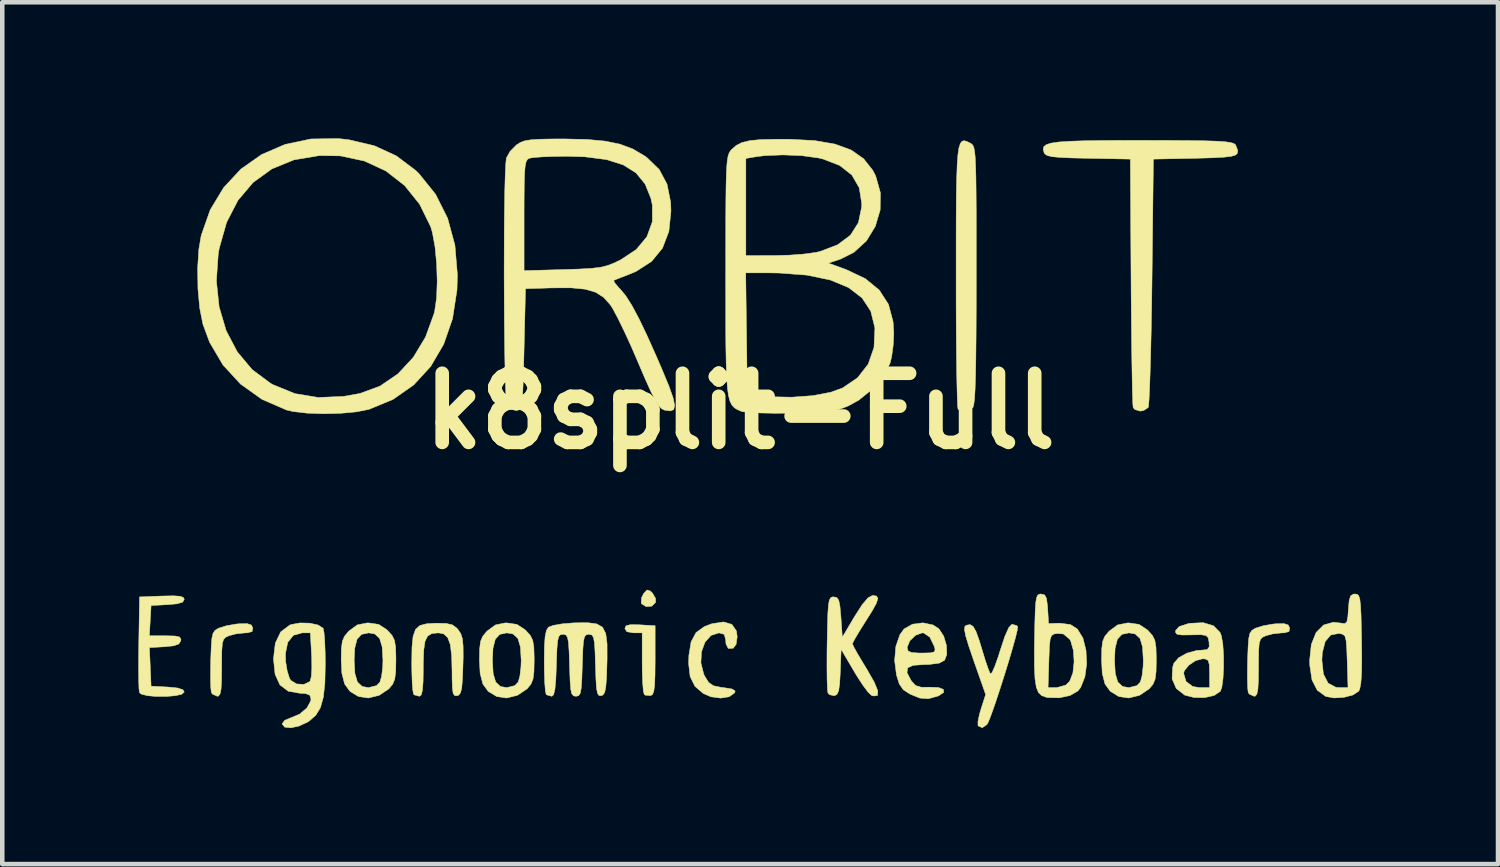
<source format=kicad_pcb>
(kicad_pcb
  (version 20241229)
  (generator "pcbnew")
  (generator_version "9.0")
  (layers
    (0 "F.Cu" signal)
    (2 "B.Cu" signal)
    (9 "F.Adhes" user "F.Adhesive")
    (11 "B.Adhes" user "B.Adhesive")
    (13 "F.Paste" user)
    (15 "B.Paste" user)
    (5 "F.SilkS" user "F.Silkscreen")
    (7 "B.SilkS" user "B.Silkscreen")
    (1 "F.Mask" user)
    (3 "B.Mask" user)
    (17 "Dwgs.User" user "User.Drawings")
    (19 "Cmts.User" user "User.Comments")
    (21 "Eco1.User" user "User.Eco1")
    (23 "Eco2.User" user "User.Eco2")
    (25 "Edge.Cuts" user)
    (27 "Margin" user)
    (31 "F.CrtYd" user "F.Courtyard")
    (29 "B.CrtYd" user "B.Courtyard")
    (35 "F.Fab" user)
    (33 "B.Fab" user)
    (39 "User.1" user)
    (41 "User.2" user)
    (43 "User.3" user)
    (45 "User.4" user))
  (footprint "k8split-Full"
    (layer "F.Cu")
    (at 13.267 6.014)
    (property "Reference" "k8split-Full" (at 0 0 0) (layer "F.SilkS") (effects (font (size 1.524 1.524) (thickness 0.3))))
    (attr through_hole)
    (fp_poly (pts (xy -1.984 3.963) (xy -1.932 4.011) (xy -1.862 4.132) (xy -1.863 4.218) (xy -1.947 4.3) (xy -2.07 4.311) (xy -2.168 4.251) (xy -2.18 4.229) (xy -2.172 4.112) (xy -2.127 4.023) (xy -2.052 3.943) (xy -1.984 3.963)) (stroke (width 0.01) (type solid)) (fill yes) (layer "F.SilkS"))
    (fp_poly (pts (xy -2.232 4.71) (xy -2.207 4.712) (xy -1.873 4.731) (xy -1.873 5.492) (xy -1.876 5.821) (xy -1.885 6.044) (xy -1.903 6.18) (xy -1.932 6.249) (xy -1.972 6.272) (xy -2.084 6.264) (xy -2.114 6.246) (xy -2.133 6.168) (xy -2.148 5.991) (xy -2.157 5.745) (xy -2.159 5.546) (xy -2.159 4.889) (xy -2.349 4.889) (xy -2.499 4.863) (xy -2.54 4.791) (xy -2.515 4.733) (xy -2.421 4.708) (xy -2.232 4.71)) (stroke (width 0.01) (type solid)) (fill yes) (layer "F.SilkS"))
    (fp_poly (pts (xy -10.776 4.715) (xy -10.744 4.778) (xy -10.758 4.859) (xy -10.86 4.888) (xy -10.913 4.889) (xy -11.115 4.911) (xy -11.267 4.951) (xy -11.341 4.985) (xy -11.388 5.033) (xy -11.415 5.123) (xy -11.427 5.279) (xy -11.43 5.527) (xy -11.43 5.65) (xy -11.433 5.945) (xy -11.444 6.135) (xy -11.467 6.241) (xy -11.504 6.283) (xy -11.527 6.287) (xy -11.633 6.239) (xy -11.657 6.203) (xy -11.669 6.106) (xy -11.675 5.915) (xy -11.674 5.66) (xy -11.671 5.489) (xy -11.66 5.2) (xy -11.646 5.013) (xy -11.62 4.899) (xy -11.577 4.835) (xy -11.509 4.792) (xy -11.493 4.785) (xy -11.329 4.733) (xy -11.114 4.695) (xy -11.05 4.689) (xy -10.867 4.685) (xy -10.776 4.715)) (stroke (width 0.01) (type solid)) (fill yes) (layer "F.SilkS"))
    (fp_poly (pts (xy 12.084 4.715) (xy 12.116 4.778) (xy 12.102 4.859) (xy 12 4.888) (xy 11.947 4.889) (xy 11.745 4.911) (xy 11.593 4.951) (xy 11.519 4.985) (xy 11.472 5.033) (xy 11.445 5.123) (xy 11.433 5.279) (xy 11.43 5.527) (xy 11.43 5.65) (xy 11.427 5.945) (xy 11.416 6.135) (xy 11.393 6.241) (xy 11.356 6.283) (xy 11.333 6.287) (xy 11.227 6.239) (xy 11.203 6.203) (xy 11.191 6.106) (xy 11.185 5.915) (xy 11.186 5.66) (xy 11.189 5.489) (xy 11.2 5.2) (xy 11.214 5.013) (xy 11.24 4.899) (xy 11.283 4.835) (xy 11.351 4.792) (xy 11.367 4.785) (xy 11.531 4.733) (xy 11.746 4.695) (xy 11.81 4.689) (xy 11.993 4.685) (xy 12.084 4.715)) (stroke (width 0.01) (type solid)) (fill yes) (layer "F.SilkS"))
    (fp_poly (pts (xy -0.181 4.702) (xy -0.081 4.846) (xy -0.064 4.977) (xy -0.088 5.142) (xy -0.152 5.228) (xy -0.153 5.228) (xy -0.261 5.233) (xy -0.311 5.134) (xy -0.318 5.038) (xy -0.349 4.922) (xy -0.464 4.89) (xy -0.466 4.889) (xy -0.642 4.946) (xy -0.774 5.094) (xy -0.851 5.305) (xy -0.864 5.548) (xy -0.803 5.794) (xy -0.781 5.842) (xy -0.694 5.982) (xy -0.588 6.055) (xy -0.415 6.091) (xy -0.367 6.096) (xy -0.184 6.125) (xy -0.111 6.166) (xy -0.118 6.209) (xy -0.24 6.297) (xy -0.43 6.327) (xy -0.644 6.298) (xy -0.811 6.226) (xy -0.996 6.066) (xy -1.101 5.854) (xy -1.135 5.565) (xy -1.129 5.384) (xy -1.08 5.086) (xy -0.972 4.883) (xy -0.784 4.748) (xy -0.624 4.688) (xy -0.365 4.648) (xy -0.181 4.702)) (stroke (width 0.01) (type solid)) (fill yes) (layer "F.SilkS"))
    (fp_poly (pts (xy -12.342 4.082) (xy -12.271 4.111) (xy -12.255 4.153) (xy -12.291 4.212) (xy -12.413 4.248) (xy -12.621 4.267) (xy -12.986 4.286) (xy -13.005 4.62) (xy -13.024 4.953) (xy -12.667 4.953) (xy -12.463 4.958) (xy -12.359 4.981) (xy -12.328 5.028) (xy -12.331 5.064) (xy -12.375 5.134) (xy -12.492 5.175) (xy -12.688 5.195) (xy -13.023 5.214) (xy -13.004 5.639) (xy -12.986 6.064) (xy -12.621 6.083) (xy -12.398 6.105) (xy -12.283 6.144) (xy -12.255 6.194) (xy -12.312 6.243) (xy -12.459 6.275) (xy -12.657 6.291) (xy -12.872 6.291) (xy -13.066 6.274) (xy -13.202 6.239) (xy -13.243 6.205) (xy -13.253 6.116) (xy -13.259 5.923) (xy -13.262 5.651) (xy -13.26 5.323) (xy -13.257 5.109) (xy -13.24 4.096) (xy -12.748 4.077) (xy -12.494 4.072) (xy -12.342 4.082)) (stroke (width 0.01) (type solid)) (fill yes) (layer "F.SilkS"))
    (fp_poly (pts (xy 6.1 4.73) (xy 6.12 4.75) (xy 6.112 4.825) (xy 6.071 4.995) (xy 6.003 5.238) (xy 5.918 5.527) (xy 5.821 5.841) (xy 5.721 6.153) (xy 5.626 6.44) (xy 5.542 6.679) (xy 5.478 6.843) (xy 5.446 6.906) (xy 5.34 6.981) (xy 5.251 6.941) (xy 5.245 6.932) (xy 5.244 6.846) (xy 5.278 6.683) (xy 5.313 6.563) (xy 5.414 6.248) (xy 5.152 5.503) (xy 5.043 5.183) (xy 4.976 4.963) (xy 4.948 4.825) (xy 4.954 4.75) (xy 4.982 4.723) (xy 5.068 4.706) (xy 5.136 4.745) (xy 5.201 4.857) (xy 5.274 5.061) (xy 5.332 5.252) (xy 5.404 5.489) (xy 5.468 5.677) (xy 5.513 5.785) (xy 5.52 5.795) (xy 5.556 5.761) (xy 5.616 5.627) (xy 5.69 5.419) (xy 5.736 5.272) (xy 5.838 4.965) (xy 5.924 4.772) (xy 5.993 4.7) (xy 5.998 4.699) (xy 6.1 4.73)) (stroke (width 0.01) (type solid)) (fill yes) (layer "F.SilkS"))
    (fp_poly (pts (xy 5.002 -5.945) (xy 5.073 -5.909) (xy 5.076 -5.908) (xy 5.107 -5.888) (xy 5.133 -5.859) (xy 5.154 -5.809) (xy 5.17 -5.727) (xy 5.183 -5.602) (xy 5.192 -5.421) (xy 5.199 -5.175) (xy 5.203 -4.852) (xy 5.206 -4.44) (xy 5.207 -3.929) (xy 5.207 -3.307) (xy 5.207 -2.995) (xy 5.206 -2.27) (xy 5.203 -1.664) (xy 5.198 -1.17) (xy 5.191 -0.778) (xy 5.181 -0.481) (xy 5.168 -0.271) (xy 5.152 -0.139) (xy 5.133 -0.079) (xy 5.131 -0.076) (xy 5.003 -0.01) (xy 4.862 -0.01) (xy 4.805 -0.042) (xy 4.796 -0.113) (xy 4.788 -0.297) (xy 4.781 -0.583) (xy 4.774 -0.957) (xy 4.769 -1.406) (xy 4.765 -1.918) (xy 4.763 -2.479) (xy 4.763 -2.956) (xy 4.763 -3.664) (xy 4.764 -4.256) (xy 4.768 -4.741) (xy 4.775 -5.128) (xy 4.786 -5.428) (xy 4.802 -5.65) (xy 4.825 -5.805) (xy 4.856 -5.902) (xy 4.895 -5.951) (xy 4.943 -5.962) (xy 5.002 -5.945)) (stroke (width 0.01) (type solid)) (fill yes) (layer "F.SilkS"))
    (fp_poly (pts (xy -6.481 4.681) (xy -6.344 4.712) (xy -6.248 4.782) (xy -6.214 4.822) (xy -6.157 4.908) (xy -6.123 5.017) (xy -6.107 5.178) (xy -6.105 5.418) (xy -6.11 5.613) (xy -6.121 5.908) (xy -6.137 6.1) (xy -6.163 6.21) (xy -6.203 6.261) (xy -6.239 6.275) (xy -6.293 6.272) (xy -6.326 6.223) (xy -6.343 6.105) (xy -6.35 5.893) (xy -6.35 5.756) (xy -6.359 5.396) (xy -6.389 5.147) (xy -6.447 4.99) (xy -6.538 4.91) (xy -6.653 4.889) (xy -6.794 4.903) (xy -6.888 4.958) (xy -6.946 5.073) (xy -6.975 5.27) (xy -6.985 5.568) (xy -6.985 5.664) (xy -6.989 5.965) (xy -7.004 6.157) (xy -7.03 6.258) (xy -7.07 6.287) (xy -7.178 6.258) (xy -7.197 6.244) (xy -7.214 6.167) (xy -7.229 5.991) (xy -7.237 5.747) (xy -7.239 5.558) (xy -7.234 5.209) (xy -7.21 4.967) (xy -7.156 4.813) (xy -7.059 4.726) (xy -6.907 4.687) (xy -6.702 4.676) (xy -6.481 4.681)) (stroke (width 0.01) (type solid)) (fill yes) (layer "F.SilkS"))
    (fp_poly (pts (xy -7.969 4.702) (xy -7.791 4.818) (xy -7.763 4.845) (xy -7.672 4.947) (xy -7.62 5.054) (xy -7.595 5.202) (xy -7.588 5.431) (xy -7.588 5.493) (xy -7.593 5.746) (xy -7.614 5.909) (xy -7.66 6.021) (xy -7.74 6.118) (xy -7.747 6.125) (xy -7.957 6.266) (xy -8.197 6.325) (xy -8.414 6.292) (xy -8.601 6.179) (xy -8.719 6.017) (xy -8.78 5.78) (xy -8.794 5.493) (xy -8.509 5.493) (xy -8.492 5.787) (xy -8.436 5.974) (xy -8.331 6.071) (xy -8.191 6.096) (xy -8.013 6.051) (xy -7.94 5.973) (xy -7.903 5.842) (xy -7.879 5.639) (xy -7.874 5.493) (xy -7.891 5.199) (xy -7.947 5.012) (xy -8.052 4.914) (xy -8.191 4.889) (xy -8.346 4.922) (xy -8.445 5.029) (xy -8.496 5.228) (xy -8.509 5.493) (xy -8.794 5.493) (xy -8.795 5.488) (xy -8.79 5.238) (xy -8.77 5.077) (xy -8.723 4.965) (xy -8.639 4.864) (xy -8.62 4.845) (xy -8.442 4.714) (xy -8.231 4.671) (xy -8.191 4.67) (xy -7.969 4.702)) (stroke (width 0.01) (type solid)) (fill yes) (layer "F.SilkS"))
    (fp_poly (pts (xy -4.921 4.702) (xy -4.743 4.818) (xy -4.715 4.845) (xy -4.624 4.947) (xy -4.572 5.054) (xy -4.547 5.202) (xy -4.54 5.431) (xy -4.54 5.493) (xy -4.545 5.746) (xy -4.566 5.909) (xy -4.612 6.021) (xy -4.692 6.118) (xy -4.699 6.125) (xy -4.909 6.266) (xy -5.149 6.325) (xy -5.366 6.292) (xy -5.553 6.179) (xy -5.671 6.017) (xy -5.732 5.78) (xy -5.746 5.493) (xy -5.461 5.493) (xy -5.444 5.787) (xy -5.388 5.974) (xy -5.283 6.071) (xy -5.144 6.096) (xy -4.965 6.051) (xy -4.892 5.973) (xy -4.855 5.842) (xy -4.831 5.639) (xy -4.826 5.493) (xy -4.843 5.199) (xy -4.899 5.012) (xy -5.004 4.914) (xy -5.144 4.889) (xy -5.298 4.922) (xy -5.397 5.029) (xy -5.448 5.228) (xy -5.461 5.493) (xy -5.746 5.493) (xy -5.747 5.488) (xy -5.742 5.238) (xy -5.722 5.077) (xy -5.675 4.965) (xy -5.591 4.864) (xy -5.572 4.845) (xy -5.394 4.714) (xy -5.183 4.671) (xy -5.144 4.67) (xy -4.921 4.702)) (stroke (width 0.01) (type solid)) (fill yes) (layer "F.SilkS"))
    (fp_poly (pts (xy 8.795 4.702) (xy 8.973 4.818) (xy 9.001 4.845) (xy 9.092 4.947) (xy 9.144 5.054) (xy 9.169 5.202) (xy 9.176 5.431) (xy 9.176 5.493) (xy 9.171 5.746) (xy 9.15 5.909) (xy 9.104 6.021) (xy 9.024 6.118) (xy 9.017 6.125) (xy 8.807 6.266) (xy 8.567 6.325) (xy 8.35 6.292) (xy 8.163 6.179) (xy 8.045 6.017) (xy 7.984 5.78) (xy 7.97 5.493) (xy 8.255 5.493) (xy 8.272 5.787) (xy 8.328 5.974) (xy 8.433 6.071) (xy 8.572 6.096) (xy 8.751 6.051) (xy 8.824 5.973) (xy 8.861 5.842) (xy 8.885 5.639) (xy 8.89 5.493) (xy 8.873 5.199) (xy 8.817 5.012) (xy 8.712 4.914) (xy 8.572 4.889) (xy 8.418 4.922) (xy 8.319 5.029) (xy 8.268 5.228) (xy 8.255 5.493) (xy 7.97 5.493) (xy 7.969 5.488) (xy 7.974 5.238) (xy 7.994 5.077) (xy 8.041 4.965) (xy 8.125 4.864) (xy 8.144 4.845) (xy 8.322 4.714) (xy 8.533 4.671) (xy 8.572 4.67) (xy 8.795 4.702)) (stroke (width 0.01) (type solid)) (fill yes) (layer "F.SilkS"))
    (fp_poly (pts (xy 3.009 4.078) (xy 3.037 4.13) (xy 3.004 4.237) (xy 2.905 4.416) (xy 2.762 4.642) (xy 2.631 4.851) (xy 2.531 5.019) (xy 2.48 5.118) (xy 2.477 5.131) (xy 2.508 5.202) (xy 2.592 5.354) (xy 2.715 5.56) (xy 2.791 5.684) (xy 2.956 5.972) (xy 3.036 6.166) (xy 3.031 6.269) (xy 2.942 6.281) (xy 2.897 6.267) (xy 2.823 6.198) (xy 2.709 6.045) (xy 2.573 5.837) (xy 2.515 5.74) (xy 2.228 5.251) (xy 2.209 5.752) (xy 2.195 6.01) (xy 2.173 6.166) (xy 2.135 6.246) (xy 2.079 6.275) (xy 1.969 6.252) (xy 1.935 6.209) (xy 1.925 6.119) (xy 1.918 5.925) (xy 1.915 5.652) (xy 1.916 5.323) (xy 1.919 5.109) (xy 1.927 4.73) (xy 1.935 4.459) (xy 1.948 4.279) (xy 1.967 4.17) (xy 1.995 4.116) (xy 2.034 4.097) (xy 2.064 4.096) (xy 2.132 4.11) (xy 2.175 4.171) (xy 2.202 4.306) (xy 2.223 4.54) (xy 2.254 4.984) (xy 2.527 4.524) (xy 2.693 4.265) (xy 2.822 4.115) (xy 2.92 4.064) (xy 2.924 4.064) (xy 3.009 4.078)) (stroke (width 0.01) (type solid)) (fill yes) (layer "F.SilkS"))
    (fp_poly (pts (xy 4.255 4.715) (xy 4.383 4.799) (xy 4.489 4.962) (xy 4.55 5.167) (xy 4.557 5.364) (xy 4.509 5.492) (xy 4.389 5.557) (xy 4.161 5.586) (xy 4.056 5.588) (xy 3.817 5.604) (xy 3.694 5.66) (xy 3.68 5.766) (xy 3.766 5.932) (xy 3.785 5.959) (xy 3.873 6.051) (xy 3.995 6.088) (xy 4.177 6.087) (xy 4.376 6.094) (xy 4.483 6.136) (xy 4.489 6.201) (xy 4.381 6.274) (xy 4.351 6.286) (xy 4.144 6.342) (xy 3.959 6.326) (xy 3.747 6.239) (xy 3.599 6.144) (xy 3.51 6.015) (xy 3.448 5.819) (xy 3.407 5.498) (xy 3.432 5.217) (xy 3.683 5.217) (xy 3.703 5.287) (xy 3.782 5.323) (xy 3.952 5.334) (xy 4.005 5.334) (xy 4.193 5.33) (xy 4.282 5.308) (xy 4.299 5.255) (xy 4.283 5.191) (xy 4.183 4.983) (xy 4.05 4.893) (xy 4.014 4.889) (xy 3.868 4.942) (xy 3.741 5.065) (xy 3.683 5.209) (xy 3.683 5.217) (xy 3.432 5.217) (xy 3.434 5.187) (xy 3.524 4.928) (xy 3.613 4.804) (xy 3.799 4.698) (xy 4.031 4.668) (xy 4.255 4.715)) (stroke (width 0.01) (type solid)) (fill yes) (layer "F.SilkS"))
    (fp_poly (pts (xy 6.713 4.051) (xy 6.755 4.127) (xy 6.777 4.291) (xy 6.782 4.357) (xy 6.801 4.683) (xy 7.051 4.676) (xy 7.284 4.706) (xy 7.436 4.804) (xy 7.558 5.002) (xy 7.626 5.271) (xy 7.641 5.571) (xy 7.602 5.858) (xy 7.509 6.092) (xy 7.448 6.169) (xy 7.276 6.269) (xy 7.037 6.321) (xy 6.783 6.315) (xy 6.747 6.308) (xy 6.65 6.273) (xy 6.579 6.206) (xy 6.534 6.096) (xy 6.79 6.096) (xy 6.979 6.096) (xy 7.178 6.042) (xy 7.267 5.955) (xy 7.337 5.773) (xy 7.364 5.528) (xy 7.348 5.275) (xy 7.289 5.069) (xy 7.265 5.027) (xy 7.127 4.913) (xy 6.995 4.902) (xy 6.916 4.915) (xy 6.865 4.951) (xy 6.836 5.032) (xy 6.82 5.186) (xy 6.81 5.435) (xy 6.808 5.509) (xy 6.79 6.096) (xy 6.534 6.096) (xy 6.531 6.088) (xy 6.502 5.903) (xy 6.489 5.633) (xy 6.488 5.263) (xy 6.491 5.034) (xy 6.499 4.657) (xy 6.507 4.388) (xy 6.52 4.21) (xy 6.539 4.104) (xy 6.568 4.051) (xy 6.608 4.034) (xy 6.636 4.032) (xy 6.713 4.051)) (stroke (width 0.01) (type solid)) (fill yes) (layer "F.SilkS"))
    (fp_poly (pts (xy 13.605 4.039) (xy 13.639 4.07) (xy 13.663 4.144) (xy 13.679 4.28) (xy 13.69 4.495) (xy 13.697 4.808) (xy 13.702 5.05) (xy 13.706 5.475) (xy 13.701 5.787) (xy 13.686 6.001) (xy 13.66 6.131) (xy 13.638 6.175) (xy 13.513 6.258) (xy 13.315 6.31) (xy 13.098 6.324) (xy 12.915 6.291) (xy 12.91 6.289) (xy 12.724 6.153) (xy 12.609 5.928) (xy 12.56 5.604) (xy 12.557 5.493) (xy 12.827 5.493) (xy 12.861 5.798) (xy 12.964 5.997) (xy 13.135 6.089) (xy 13.214 6.096) (xy 13.403 6.096) (xy 13.385 5.509) (xy 13.375 5.233) (xy 13.361 5.06) (xy 13.336 4.964) (xy 13.291 4.921) (xy 13.219 4.904) (xy 13.198 4.902) (xy 13.022 4.936) (xy 12.9 5.08) (xy 12.836 5.326) (xy 12.827 5.493) (xy 12.557 5.493) (xy 12.594 5.144) (xy 12.699 4.881) (xy 12.865 4.715) (xy 13.083 4.654) (xy 13.241 4.673) (xy 13.328 4.686) (xy 13.376 4.65) (xy 13.399 4.537) (xy 13.411 4.372) (xy 13.429 4.172) (xy 13.462 4.07) (xy 13.524 4.034) (xy 13.557 4.032) (xy 13.605 4.039)) (stroke (width 0.01) (type solid)) (fill yes) (layer "F.SilkS"))
    (fp_poly (pts (xy 10.438 4.733) (xy 10.582 4.88) (xy 10.611 4.953) (xy 10.643 5.139) (xy 10.659 5.383) (xy 10.66 5.648) (xy 10.647 5.896) (xy 10.621 6.087) (xy 10.589 6.177) (xy 10.453 6.268) (xy 10.244 6.316) (xy 10.011 6.315) (xy 9.804 6.262) (xy 9.616 6.115) (xy 9.524 5.902) (xy 9.53 5.783) (xy 9.779 5.783) (xy 9.833 5.963) (xy 9.982 6.072) (xy 10.13 6.096) (xy 10.351 6.096) (xy 10.351 5.779) (xy 10.345 5.59) (xy 10.319 5.496) (xy 10.255 5.464) (xy 10.192 5.461) (xy 10.041 5.502) (xy 9.893 5.602) (xy 9.794 5.723) (xy 9.779 5.783) (xy 9.53 5.783) (xy 9.537 5.645) (xy 9.564 5.559) (xy 9.668 5.438) (xy 9.851 5.336) (xy 10.068 5.277) (xy 10.161 5.271) (xy 10.297 5.258) (xy 10.343 5.197) (xy 10.339 5.096) (xy 10.321 4.998) (xy 10.274 4.948) (xy 10.166 4.93) (xy 9.965 4.933) (xy 9.95 4.934) (xy 9.741 4.936) (xy 9.633 4.92) (xy 9.599 4.877) (xy 9.601 4.839) (xy 9.68 4.75) (xy 9.879 4.685) (xy 9.918 4.678) (xy 10.211 4.664) (xy 10.438 4.733)) (stroke (width 0.01) (type solid)) (fill yes) (layer "F.SilkS"))
    (fp_poly (pts (xy 9.429 -5.968) (xy 9.881 -5.965) (xy 10.232 -5.96) (xy 10.494 -5.952) (xy 10.682 -5.94) (xy 10.806 -5.923) (xy 10.882 -5.902) (xy 10.921 -5.875) (xy 10.921 -5.875) (xy 10.971 -5.751) (xy 10.964 -5.686) (xy 10.926 -5.647) (xy 10.835 -5.619) (xy 10.673 -5.599) (xy 10.421 -5.585) (xy 10.063 -5.575) (xy 10.02 -5.574) (xy 9.112 -5.556) (xy 9.081 -2.857) (xy 9.073 -2.282) (xy 9.063 -1.745) (xy 9.052 -1.26) (xy 9.04 -0.84) (xy 9.028 -0.499) (xy 9.016 -0.25) (xy 9.004 -0.108) (xy 8.997 -0.079) (xy 8.897 -0.013) (xy 8.821 0) (xy 8.704 -0.035) (xy 8.666 -0.079) (xy 8.659 -0.158) (xy 8.652 -0.35) (xy 8.645 -0.642) (xy 8.639 -1.02) (xy 8.632 -1.471) (xy 8.627 -1.981) (xy 8.622 -2.537) (xy 8.62 -2.857) (xy 8.604 -5.556) (xy 7.674 -5.574) (xy 7.306 -5.582) (xy 7.046 -5.594) (xy 6.875 -5.61) (xy 6.772 -5.635) (xy 6.719 -5.67) (xy 6.702 -5.699) (xy 6.683 -5.77) (xy 6.694 -5.828) (xy 6.748 -5.873) (xy 6.854 -5.908) (xy 7.024 -5.933) (xy 7.271 -5.95) (xy 7.605 -5.961) (xy 8.039 -5.967) (xy 8.582 -5.969) (xy 8.863 -5.969) (xy 9.429 -5.968)) (stroke (width 0.01) (type solid)) (fill yes) (layer "F.SilkS"))
    (fp_poly (pts (xy -9.489 4.675) (xy -9.303 4.716) (xy -9.193 4.787) (xy -9.193 4.788) (xy -9.174 4.876) (xy -9.158 5.063) (xy -9.148 5.32) (xy -9.145 5.574) (xy -9.154 5.993) (xy -9.188 6.306) (xy -9.252 6.537) (xy -9.354 6.705) (xy -9.499 6.832) (xy -9.537 6.856) (xy -9.726 6.944) (xy -9.904 6.982) (xy -10.039 6.968) (xy -10.096 6.901) (xy -10.097 6.895) (xy -10.042 6.818) (xy -9.915 6.765) (xy -9.712 6.681) (xy -9.55 6.544) (xy -9.466 6.389) (xy -9.461 6.348) (xy -9.486 6.263) (xy -9.581 6.227) (xy -9.7 6.221) (xy -9.962 6.175) (xy -10.145 6.037) (xy -10.252 5.803) (xy -10.287 5.466) (xy -10.287 5.462) (xy -10.274 5.346) (xy -10.024 5.346) (xy -10.019 5.523) (xy -9.985 5.728) (xy -9.935 5.889) (xy -9.908 5.935) (xy -9.777 6.015) (xy -9.616 6.025) (xy -9.488 5.963) (xy -9.48 5.953) (xy -9.454 5.855) (xy -9.442 5.667) (xy -9.445 5.428) (xy -9.447 5.382) (xy -9.475 4.889) (xy -9.657 4.889) (xy -9.849 4.943) (xy -9.973 5.098) (xy -10.024 5.346) (xy -10.274 5.346) (xy -10.247 5.115) (xy -10.128 4.867) (xy -9.929 4.717) (xy -9.896 4.705) (xy -9.703 4.67) (xy -9.489 4.675)) (stroke (width 0.01) (type solid)) (fill yes) (layer "F.SilkS"))
    (fp_poly (pts (xy -3.161 4.691) (xy -3.033 4.764) (xy -2.962 4.904) (xy -2.933 5.128) (xy -2.932 5.454) (xy -2.935 5.573) (xy -2.945 5.88) (xy -2.961 6.081) (xy -2.985 6.199) (xy -3.022 6.257) (xy -3.062 6.274) (xy -3.11 6.271) (xy -3.143 6.224) (xy -3.165 6.113) (xy -3.178 5.917) (xy -3.188 5.616) (xy -3.189 5.608) (xy -3.198 5.305) (xy -3.211 5.107) (xy -3.232 4.992) (xy -3.265 4.938) (xy -3.316 4.922) (xy -3.334 4.921) (xy -3.39 4.93) (xy -3.428 4.972) (xy -3.452 5.068) (xy -3.466 5.241) (xy -3.476 5.514) (xy -3.479 5.604) (xy -3.489 5.906) (xy -3.502 6.103) (xy -3.523 6.218) (xy -3.557 6.271) (xy -3.608 6.286) (xy -3.619 6.287) (xy -3.674 6.277) (xy -3.711 6.232) (xy -3.734 6.131) (xy -3.748 5.95) (xy -3.758 5.67) (xy -3.76 5.604) (xy -3.77 5.302) (xy -3.783 5.105) (xy -3.804 4.991) (xy -3.837 4.937) (xy -3.888 4.922) (xy -3.905 4.921) (xy -3.962 4.93) (xy -3.999 4.972) (xy -4.023 5.068) (xy -4.038 5.241) (xy -4.048 5.514) (xy -4.05 5.604) (xy -4.063 5.927) (xy -4.083 6.138) (xy -4.112 6.253) (xy -4.151 6.287) (xy -4.258 6.258) (xy -4.276 6.244) (xy -4.293 6.167) (xy -4.307 5.991) (xy -4.316 5.744) (xy -4.318 5.522) (xy -4.314 5.195) (xy -4.299 4.974) (xy -4.271 4.838) (xy -4.227 4.766) (xy -4.224 4.763) (xy -4.118 4.724) (xy -3.923 4.69) (xy -3.681 4.67) (xy -3.645 4.668) (xy -3.36 4.665) (xy -3.161 4.691)) (stroke (width 0.01) (type solid)) (fill yes) (layer "F.SilkS"))
    (fp_poly (pts (xy -8.632 -5.984) (xy -8.067 -5.852) (xy -7.581 -5.629) (xy -7.153 -5.307) (xy -7.079 -5.235) (xy -6.713 -4.78) (xy -6.448 -4.252) (xy -6.287 -3.657) (xy -6.232 -3) (xy -6.242 -2.671) (xy -6.339 -2.04) (xy -6.534 -1.476) (xy -6.821 -0.985) (xy -7.196 -0.577) (xy -7.651 -0.259) (xy -8.182 -0.039) (xy -8.187 -0.038) (xy -8.459 0.016) (xy -8.805 0.048) (xy -9.18 0.058) (xy -9.544 0.045) (xy -9.853 0.009) (xy -10.001 -0.025) (xy -10.542 -0.26) (xy -11.013 -0.596) (xy -11.402 -1.019) (xy -11.696 -1.518) (xy -11.843 -1.915) (xy -11.914 -2.271) (xy -11.953 -2.699) (xy -11.955 -2.868) (xy -11.546 -2.868) (xy -11.486 -2.298) (xy -11.33 -1.772) (xy -11.085 -1.306) (xy -10.756 -0.914) (xy -10.351 -0.612) (xy -10.296 -0.582) (xy -9.815 -0.386) (xy -9.301 -0.301) (xy -8.74 -0.325) (xy -8.382 -0.389) (xy -7.94 -0.551) (xy -7.543 -0.822) (xy -7.204 -1.187) (xy -6.935 -1.634) (xy -6.748 -2.148) (xy -6.732 -2.214) (xy -6.691 -2.5) (xy -6.678 -2.86) (xy -6.69 -3.248) (xy -6.726 -3.622) (xy -6.784 -3.938) (xy -6.821 -4.064) (xy -7.065 -4.561) (xy -7.397 -4.974) (xy -7.807 -5.294) (xy -8.283 -5.514) (xy -8.812 -5.627) (xy -9.277 -5.634) (xy -9.835 -5.54) (xy -10.322 -5.341) (xy -10.736 -5.042) (xy -11.07 -4.648) (xy -11.321 -4.163) (xy -11.483 -3.592) (xy -11.505 -3.468) (xy -11.546 -2.868) (xy -11.955 -2.868) (xy -11.96 -3.148) (xy -11.933 -3.569) (xy -11.881 -3.873) (xy -11.682 -4.438) (xy -11.386 -4.928) (xy -11.005 -5.337) (xy -10.55 -5.657) (xy -10.032 -5.88) (xy -9.464 -6) (xy -8.857 -6.009) (xy -8.632 -5.984)) (stroke (width 0.01) (type solid)) (fill yes) (layer "F.SilkS"))
    (fp_poly (pts (xy 1.079 -5.994) (xy 1.64 -5.965) (xy 2.093 -5.887) (xy 2.45 -5.756) (xy 2.724 -5.564) (xy 2.925 -5.309) (xy 2.99 -5.183) (xy 3.094 -4.812) (xy 3.088 -4.434) (xy 2.981 -4.073) (xy 2.785 -3.753) (xy 2.509 -3.5) (xy 2.209 -3.35) (xy 1.947 -3.263) (xy 2.338 -3.121) (xy 2.759 -2.922) (xy 3.068 -2.669) (xy 3.271 -2.355) (xy 3.373 -1.971) (xy 3.389 -1.714) (xy 3.375 -1.451) (xy 3.341 -1.198) (xy 3.305 -1.053) (xy 3.155 -0.764) (xy 2.914 -0.482) (xy 2.618 -0.243) (xy 2.396 -0.12) (xy 2.25 -0.061) (xy 2.104 -0.019) (xy 1.931 0.01) (xy 1.703 0.028) (xy 1.393 0.039) (xy 1.111 0.045) (xy 0.766 0.047) (xy 0.457 0.041) (xy 0.212 0.03) (xy 0.056 0.012) (xy 0.023 0.003) (xy -0.058 -0.033) (xy -0.125 -0.073) (xy -0.179 -0.13) (xy -0.222 -0.215) (xy -0.255 -0.339) (xy -0.279 -0.513) (xy -0.296 -0.75) (xy -0.307 -1.061) (xy -0.314 -1.457) (xy -0.317 -1.95) (xy -0.317 -2.552) (xy -0.318 -2.987) (xy -0.317 -3.048) (xy 0.124 -3.048) (xy 0.159 -0.349) (xy 0.635 -0.318) (xy 1.138 -0.307) (xy 1.602 -0.341) (xy 1.998 -0.416) (xy 2.258 -0.51) (xy 2.59 -0.735) (xy 2.824 -1.035) (xy 2.952 -1.402) (xy 2.972 -1.825) (xy 2.969 -1.849) (xy 2.881 -2.203) (xy 2.69 -2.494) (xy 2.393 -2.723) (xy 1.989 -2.891) (xy 1.476 -2.998) (xy 0.853 -3.045) (xy 0.65 -3.048) (xy 0.124 -3.048) (xy -0.317 -3.048) (xy -0.317 -3.635) (xy -0.316 -4.169) (xy -0.314 -4.6) (xy -0.31 -4.939) (xy -0.304 -5.2) (xy -0.294 -5.393) (xy -0.281 -5.531) (xy -0.274 -5.571) (xy 0.127 -5.571) (xy 0.127 -3.429) (xy 0.778 -3.43) (xy 1.097 -3.439) (xy 1.408 -3.463) (xy 1.665 -3.498) (xy 1.759 -3.518) (xy 2.151 -3.668) (xy 2.433 -3.879) (xy 2.609 -4.156) (xy 2.68 -4.501) (xy 2.682 -4.577) (xy 2.627 -4.923) (xy 2.465 -5.204) (xy 2.196 -5.416) (xy 1.823 -5.56) (xy 1.727 -5.582) (xy 1.363 -5.632) (xy 0.946 -5.649) (xy 0.546 -5.633) (xy 0.365 -5.611) (xy 0.127 -5.571) (xy -0.274 -5.571) (xy -0.264 -5.626) (xy -0.242 -5.69) (xy -0.216 -5.734) (xy -0.189 -5.766) (xy -0.086 -5.857) (xy 0.04 -5.921) (xy 0.211 -5.963) (xy 0.45 -5.986) (xy 0.777 -5.994) (xy 1.079 -5.994)) (stroke (width 0.01) (type solid)) (fill yes) (layer "F.SilkS"))
    (fp_poly (pts (xy -3.38 -5.99) (xy -2.975 -5.953) (xy -2.646 -5.885) (xy -2.368 -5.781) (xy -2.116 -5.633) (xy -2.053 -5.589) (xy -1.782 -5.326) (xy -1.611 -5.004) (xy -1.531 -4.607) (xy -1.524 -4.413) (xy -1.57 -3.962) (xy -1.711 -3.593) (xy -1.951 -3.301) (xy -2.293 -3.08) (xy -2.458 -3.011) (xy -2.636 -2.943) (xy -2.758 -2.894) (xy -2.788 -2.879) (xy -2.764 -2.827) (xy -2.674 -2.721) (xy -2.638 -2.684) (xy -2.52 -2.542) (xy -2.387 -2.332) (xy -2.232 -2.043) (xy -2.05 -1.663) (xy -1.834 -1.18) (xy -1.714 -0.901) (xy -1.567 -0.546) (xy -1.477 -0.292) (xy -1.443 -0.125) (xy -1.464 -0.033) (xy -1.54 -0.004) (xy -1.668 -0.022) (xy -1.732 -0.054) (xy -1.8 -0.126) (xy -1.879 -0.255) (xy -1.979 -0.457) (xy -2.109 -0.747) (xy -2.248 -1.074) (xy -2.402 -1.429) (xy -2.554 -1.761) (xy -2.693 -2.045) (xy -2.805 -2.255) (xy -2.86 -2.342) (xy -3.007 -2.507) (xy -3.184 -2.62) (xy -3.415 -2.688) (xy -3.723 -2.718) (xy -4.132 -2.717) (xy -4.143 -2.717) (xy -4.731 -2.699) (xy -4.763 -1.365) (xy -4.773 -0.922) (xy -4.784 -0.589) (xy -4.795 -0.351) (xy -4.81 -0.192) (xy -4.83 -0.094) (xy -4.858 -0.042) (xy -4.895 -0.02) (xy -4.933 -0.012) (xy -5.079 -0.048) (xy -5.139 -0.119) (xy -5.153 -0.207) (xy -5.166 -0.406) (xy -5.176 -0.699) (xy -5.185 -1.07) (xy -5.192 -1.502) (xy -5.197 -1.979) (xy -5.2 -2.484) (xy -5.202 -3) (xy -5.201 -3.512) (xy -5.199 -4.003) (xy -5.196 -4.313) (xy -4.763 -4.313) (xy -4.763 -3.097) (xy -3.888 -3.121) (xy -3.531 -3.133) (xy -3.271 -3.148) (xy -3.08 -3.171) (xy -2.927 -3.208) (xy -2.782 -3.264) (xy -2.634 -3.335) (xy -2.288 -3.564) (xy -2.054 -3.846) (xy -1.935 -4.175) (xy -1.935 -4.544) (xy -1.967 -4.693) (xy -2.094 -5.007) (xy -2.294 -5.251) (xy -2.576 -5.429) (xy -2.949 -5.546) (xy -3.424 -5.607) (xy -3.81 -5.619) (xy -4.111 -5.615) (xy -4.373 -5.605) (xy -4.565 -5.59) (xy -4.651 -5.574) (xy -4.69 -5.548) (xy -4.719 -5.494) (xy -4.739 -5.395) (xy -4.752 -5.234) (xy -4.759 -4.994) (xy -4.762 -4.658) (xy -4.763 -4.313) (xy -5.196 -4.313) (xy -5.194 -4.457) (xy -5.188 -4.856) (xy -5.179 -5.185) (xy -5.168 -5.427) (xy -5.155 -5.566) (xy -5.152 -5.582) (xy -5.071 -5.727) (xy -4.936 -5.864) (xy -4.931 -5.868) (xy -4.847 -5.922) (xy -4.75 -5.959) (xy -4.614 -5.982) (xy -4.416 -5.995) (xy -4.131 -6) (xy -3.885 -6.001) (xy -3.38 -5.99)) (stroke (width 0.01) (type solid)) (fill yes) (layer "F.SilkS")))
  (gr_rect
    (start -3 -3)
    (end 29.977 16.001)
    (stroke (width 0.1) (type default))
    (fill no)
    (layer "Edge.Cuts")))
</source>
